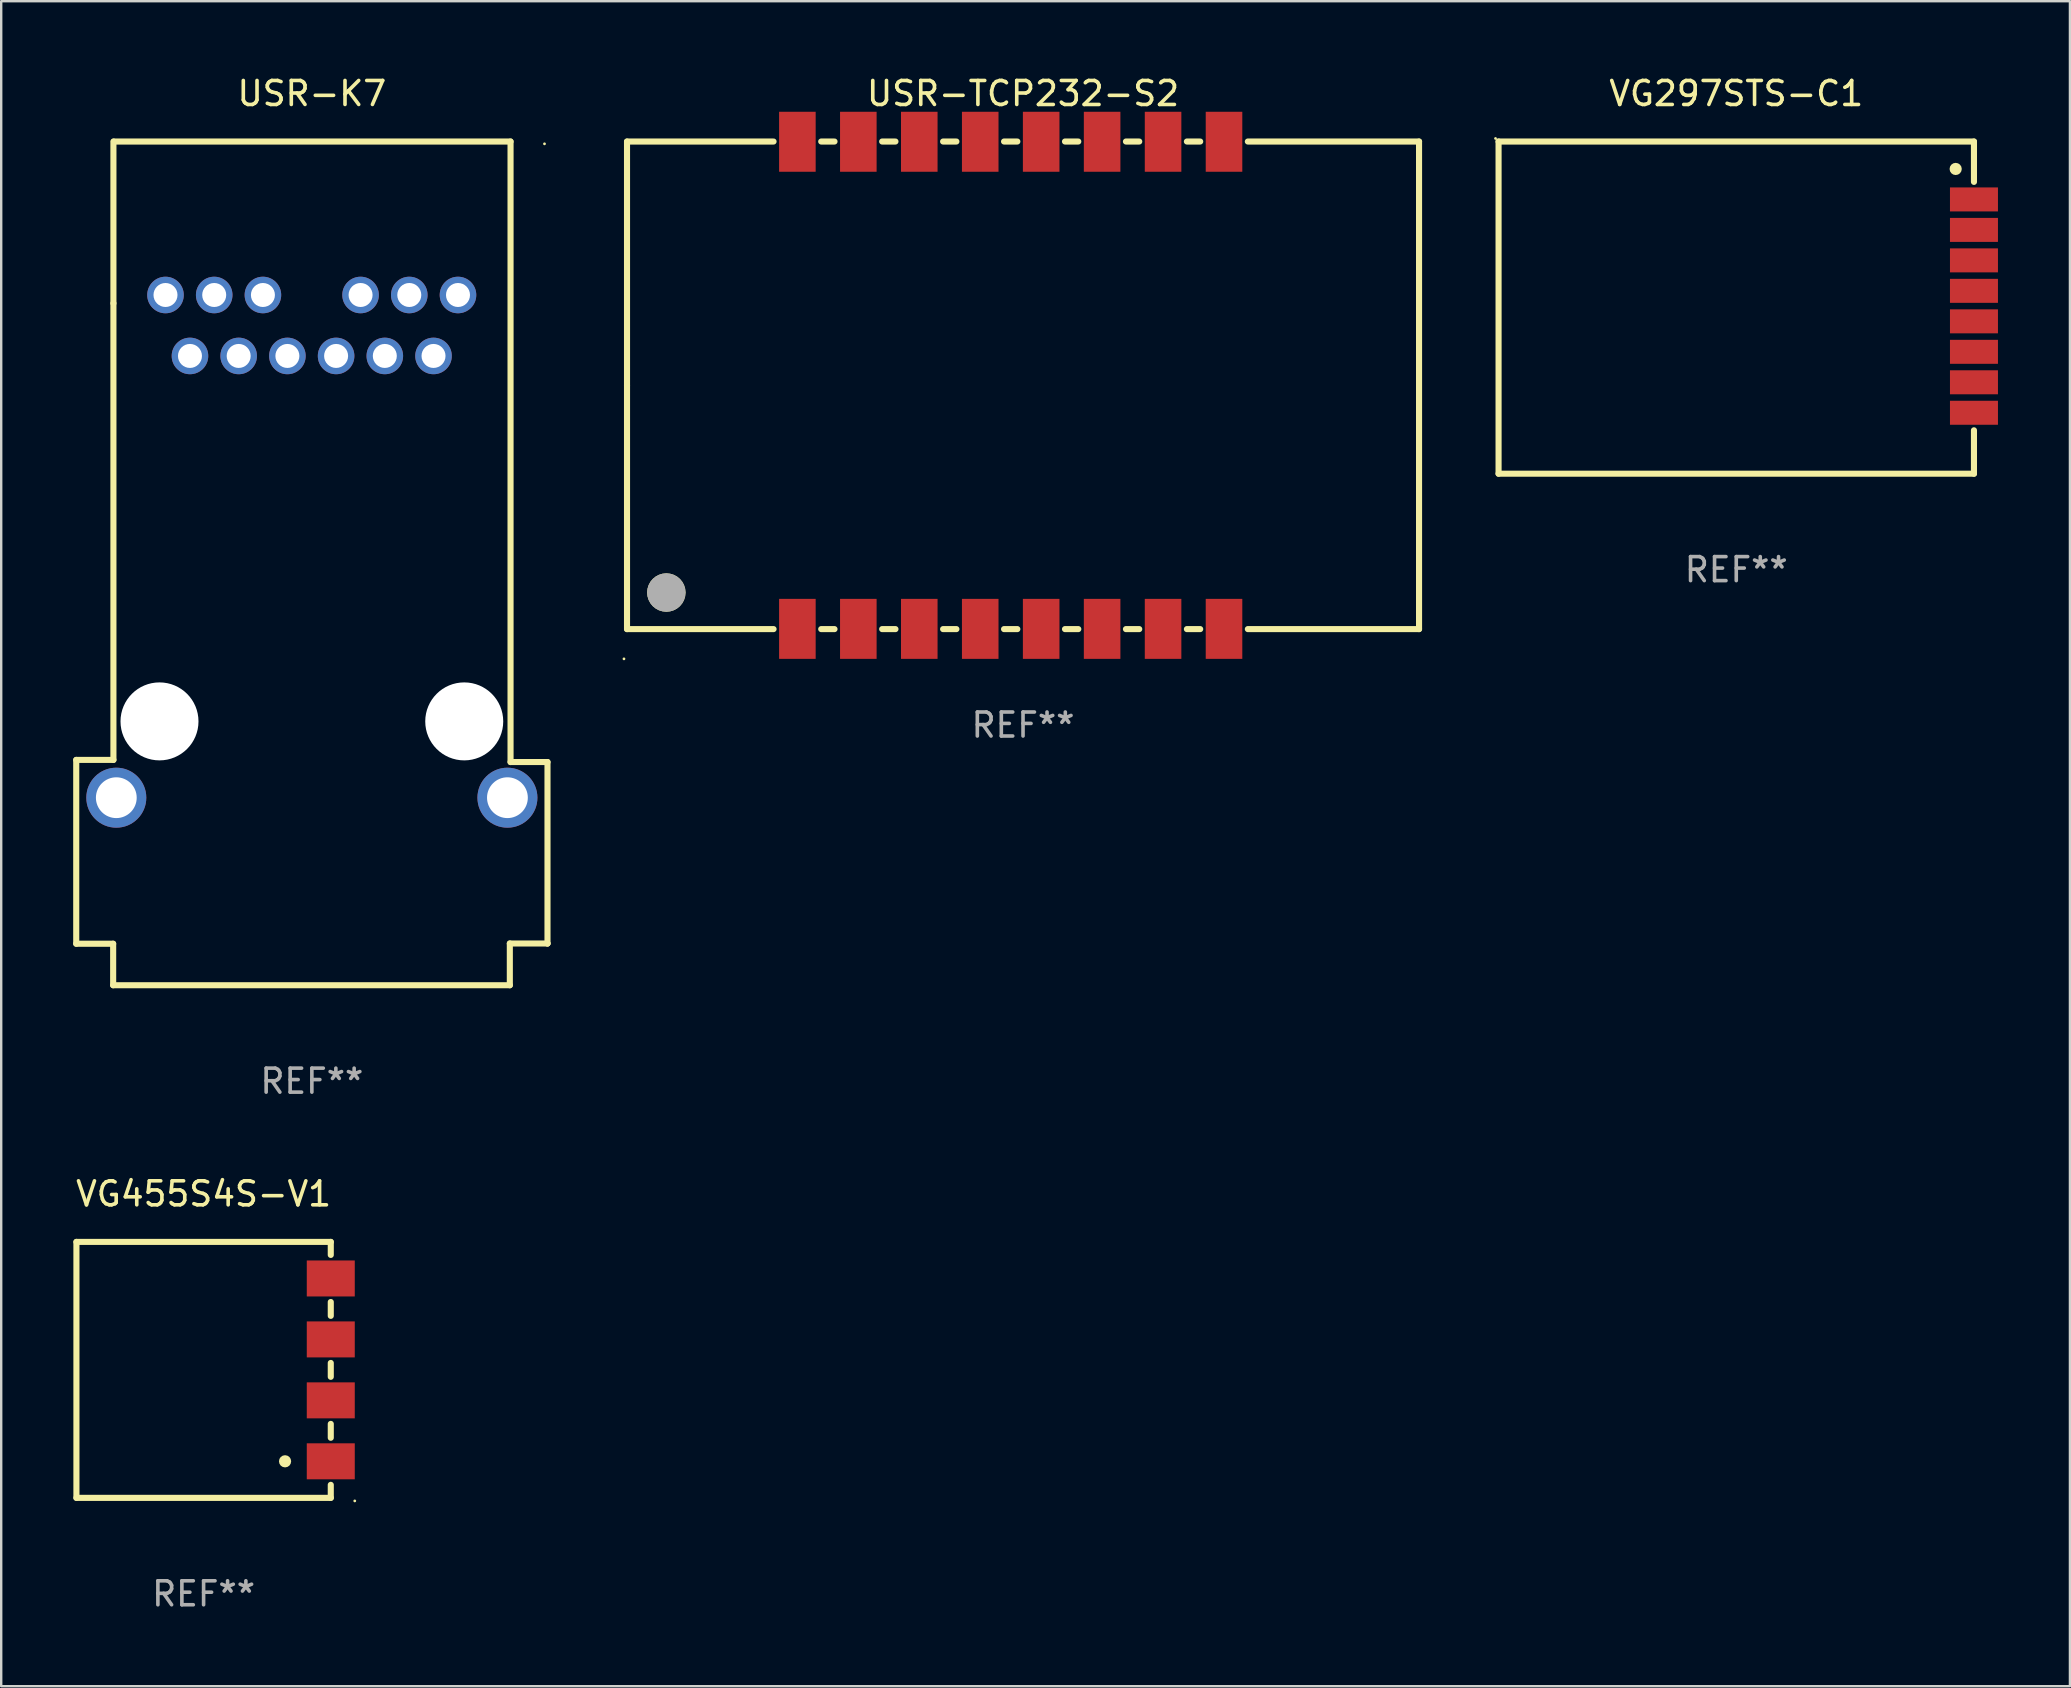
<source format=kicad_pcb>
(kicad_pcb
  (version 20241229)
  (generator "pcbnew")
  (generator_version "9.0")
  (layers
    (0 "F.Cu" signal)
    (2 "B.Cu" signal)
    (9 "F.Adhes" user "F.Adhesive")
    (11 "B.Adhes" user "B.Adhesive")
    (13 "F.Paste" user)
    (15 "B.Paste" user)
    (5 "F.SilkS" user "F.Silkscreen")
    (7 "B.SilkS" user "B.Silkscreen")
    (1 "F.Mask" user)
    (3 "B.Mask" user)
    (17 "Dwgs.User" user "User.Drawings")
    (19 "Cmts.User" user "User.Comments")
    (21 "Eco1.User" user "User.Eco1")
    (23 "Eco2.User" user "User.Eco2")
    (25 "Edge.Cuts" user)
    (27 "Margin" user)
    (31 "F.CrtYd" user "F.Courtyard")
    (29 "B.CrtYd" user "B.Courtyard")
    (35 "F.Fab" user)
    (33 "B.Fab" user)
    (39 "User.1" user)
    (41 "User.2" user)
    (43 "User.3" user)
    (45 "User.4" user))
  (footprint "VG455S4S-V1"
    (layer "F.Cu")
    (at 5.435 54.04)
    (property "Reference" "VG455S4S-V1" (at 0 -7.334 0) (layer "F.SilkS") (effects (font (size 1 1) (thickness 0.15))))
    (attr through_hole)
    (fp_line (start -5.3 -5.334) (end -5.3 5.334) (stroke (width 0.254) (type solid)) (layer "F.SilkS"))
    (fp_line (start -5.3 5.334) (end 5.3 5.334) (stroke (width 0.254) (type solid)) (layer "F.SilkS"))
    (fp_line (start 5.3 -5.334) (end -5.3 -5.334) (stroke (width 0.254) (type solid)) (layer "F.SilkS"))
    (fp_line (start 5.3 -4.791) (end 5.3 -5.334) (stroke (width 0.254) (type solid)) (layer "F.SilkS"))
    (fp_line (start 5.3 -2.251) (end 5.3 -2.829) (stroke (width 0.254) (type solid)) (layer "F.SilkS"))
    (fp_line (start 5.3 0.289) (end 5.3 -0.289) (stroke (width 0.254) (type solid)) (layer "F.SilkS"))
    (fp_line (start 5.3 2.829) (end 5.3 2.251) (stroke (width 0.254) (type solid)) (layer "F.SilkS"))
    (fp_line (start 5.3 5.334) (end 5.3 4.791) (stroke (width 0.254) (type solid)) (layer "F.SilkS"))
    (fp_circle (center 3.395 3.81) (end 3.522 3.81) (stroke (width 0.254) (type solid)) (fill no) (layer "F.SilkS"))
    (fp_circle (center 6.3 5.461) (end 6.33 5.461) (stroke (width 0.06) (type solid)) (fill no) (layer "F.SilkS"))
    (fp_text user "REF**" (at 0 9.334 0) (layer "F.Fab") (effects (font (size 1 1) (thickness 0.15))))
    (pad "1" smd rect (at 5.3 3.81) (size 2 1.5) (layers "F.Cu" "F.Mask" "F.Paste"))
    (pad "2" smd rect (at 5.3 1.27) (size 2 1.5) (layers "F.Cu" "F.Mask" "F.Paste"))
    (pad "3" smd rect (at 5.3 -1.27) (size 2 1.5) (layers "F.Cu" "F.Mask" "F.Paste"))
    (pad "4" smd rect (at 5.3 -3.81) (size 2 1.5) (layers "F.Cu" "F.Mask" "F.Paste")))
  (footprint "VG297STS-C1"
    (layer "F.Cu")
    (at 69.309 9.77)
    (property "Reference" "VG297STS-C1" (at 0 -8.922 0) (layer "F.SilkS") (effects (font (size 1 1) (thickness 0.15))))
    (attr through_hole)
    (fp_line (start -9.906 -6.922) (end -9.906 6.922) (stroke (width 0.254) (type solid)) (layer "F.SilkS"))
    (fp_line (start -9.906 6.922) (end 9.906 6.922) (stroke (width 0.254) (type solid)) (layer "F.SilkS"))
    (fp_line (start 9.906 -6.922) (end -9.906 -6.922) (stroke (width 0.254) (type solid)) (layer "F.SilkS"))
    (fp_line (start 9.906 -5.24) (end 9.906 -6.922) (stroke (width 0.254) (type solid)) (layer "F.SilkS"))
    (fp_line (start 9.906 6.922) (end 9.906 5.113) (stroke (width 0.254) (type solid)) (layer "F.SilkS"))
    (fp_circle (center -10.033 -7.049) (end -10.003 -7.049) (stroke (width 0.06) (type solid)) (fill no) (layer "F.SilkS"))
    (fp_circle (center 9.144 -5.779) (end 9.271 -5.779) (stroke (width 0.254) (type solid)) (fill no) (layer "F.SilkS"))
    (fp_text user "REF**" (at 0 10.922 0) (layer "F.Fab") (effects (font (size 1 1) (thickness 0.15))))
    (pad "1" smd rect (at 9.906 -4.509) (size 2 1) (layers "F.Cu" "F.Mask" "F.Paste"))
    (pad "2" smd rect (at 9.906 -3.239) (size 2 1) (layers "F.Cu" "F.Mask" "F.Paste"))
    (pad "3" smd rect (at 9.906 -1.969) (size 2 1) (layers "F.Cu" "F.Mask" "F.Paste"))
    (pad "4" smd rect (at 9.906 -0.699) (size 2 1) (layers "F.Cu" "F.Mask" "F.Paste"))
    (pad "5" smd rect (at 9.906 0.572) (size 2 1) (layers "F.Cu" "F.Mask" "F.Paste"))
    (pad "6" smd rect (at 9.906 1.842) (size 2 1) (layers "F.Cu" "F.Mask" "F.Paste"))
    (pad "7" smd rect (at 9.906 3.112) (size 2 1) (layers "F.Cu" "F.Mask" "F.Paste"))
    (pad "8" smd rect (at 9.906 4.382) (size 2 1) (layers "F.Cu" "F.Mask" "F.Paste")))
  (footprint "USR-TCP232-S2"
    (layer "F.Cu")
    (at 39.585 13.008)
    (property "Reference" "USR-TCP232-S2" (at 0 -12.16 0) (layer "F.SilkS") (effects (font (size 1 1) (thickness 0.15))))
    (attr through_hole)
    (fp_line (start -16.504 -10.16) (end -10.397 -10.16) (stroke (width 0.254) (type solid)) (layer "F.SilkS"))
    (fp_line (start -16.504 0.01) (end -16.504 -10.16) (stroke (width 0.254) (type solid)) (layer "F.SilkS"))
    (fp_line (start -16.504 0.01) (end -16.504 10.16) (stroke (width 0.254) (type solid)) (layer "F.SilkS"))
    (fp_line (start -16.504 10.16) (end -10.397 10.16) (stroke (width 0.254) (type solid)) (layer "F.SilkS"))
    (fp_line (start -8.411 -10.16) (end -7.857 -10.16) (stroke (width 0.254) (type solid)) (layer "F.SilkS"))
    (fp_line (start -8.411 10.16) (end -7.857 10.16) (stroke (width 0.254) (type solid)) (layer "F.SilkS"))
    (fp_line (start -5.871 -10.16) (end -5.317 -10.16) (stroke (width 0.254) (type solid)) (layer "F.SilkS"))
    (fp_line (start -5.871 10.16) (end -5.317 10.16) (stroke (width 0.254) (type solid)) (layer "F.SilkS"))
    (fp_line (start -3.331 -10.16) (end -2.777 -10.16) (stroke (width 0.254) (type solid)) (layer "F.SilkS"))
    (fp_line (start -3.331 10.16) (end -2.777 10.16) (stroke (width 0.254) (type solid)) (layer "F.SilkS"))
    (fp_line (start -0.791 -10.16) (end -0.237 -10.16) (stroke (width 0.254) (type solid)) (layer "F.SilkS"))
    (fp_line (start -0.791 10.16) (end -0.237 10.16) (stroke (width 0.254) (type solid)) (layer "F.SilkS"))
    (fp_line (start 1.749 -10.16) (end 2.303 -10.16) (stroke (width 0.254) (type solid)) (layer "F.SilkS"))
    (fp_line (start 1.749 10.16) (end 2.303 10.16) (stroke (width 0.254) (type solid)) (layer "F.SilkS"))
    (fp_line (start 4.289 -10.16) (end 4.843 -10.16) (stroke (width 0.254) (type solid)) (layer "F.SilkS"))
    (fp_line (start 4.289 10.16) (end 4.843 10.16) (stroke (width 0.254) (type solid)) (layer "F.SilkS"))
    (fp_line (start 6.829 -10.16) (end 7.383 -10.16) (stroke (width 0.254) (type solid)) (layer "F.SilkS"))
    (fp_line (start 6.829 10.16) (end 7.383 10.16) (stroke (width 0.254) (type solid)) (layer "F.SilkS"))
    (fp_line (start 9.369 -10.16) (end 16.504 -10.16) (stroke (width 0.254) (type solid)) (layer "F.SilkS"))
    (fp_line (start 9.369 10.16) (end 16.504 10.16) (stroke (width 0.254) (type solid)) (layer "F.SilkS"))
    (fp_line (start 16.504 -10.16) (end 16.504 10.16) (stroke (width 0.254) (type solid)) (layer "F.SilkS"))
    (fp_circle (center -16.631 11.4) (end -16.601 11.4) (stroke (width 0.06) (type solid)) (fill no) (layer "F.SilkS"))
    (fp_circle (center -14.865 8.636) (end -14.465 8.636) (stroke (width 0.8) (type solid)) (fill no) (layer "F.SilkS"))
    (fp_circle (center -14.865 8.636) (end -14.465 8.636) (stroke (width 0.8) (type solid)) (fill no) (layer "F.Fab"))
    (fp_text user "REF**" (at 0 14.16 0) (layer "F.Fab") (effects (font (size 1 1) (thickness 0.15))))
    (pad "1" smd rect (at -9.404 10.15) (size 1.524 2.5) (layers "F.Cu" "F.Mask" "F.Paste"))
    (pad "2" smd rect (at -6.864 10.15) (size 1.524 2.5) (layers "F.Cu" "F.Mask" "F.Paste"))
    (pad "3" smd rect (at -4.324 10.15) (size 1.524 2.5) (layers "F.Cu" "F.Mask" "F.Paste"))
    (pad "4" smd rect (at -1.784 10.15) (size 1.524 2.5) (layers "F.Cu" "F.Mask" "F.Paste"))
    (pad "5" smd rect (at 0.756 10.15) (size 1.524 2.5) (layers "F.Cu" "F.Mask" "F.Paste"))
    (pad "6" smd rect (at 3.296 10.15) (size 1.524 2.5) (layers "F.Cu" "F.Mask" "F.Paste"))
    (pad "7" smd rect (at 5.836 10.15) (size 1.524 2.5) (layers "F.Cu" "F.Mask" "F.Paste"))
    (pad "8" smd rect (at 8.376 10.15) (size 1.524 2.5) (layers "F.Cu" "F.Mask" "F.Paste"))
    (pad "9" smd rect (at 8.376 -10.15) (size 1.524 2.5) (layers "F.Cu" "F.Mask" "F.Paste"))
    (pad "10" smd rect (at 5.836 -10.15) (size 1.524 2.5) (layers "F.Cu" "F.Mask" "F.Paste"))
    (pad "11" smd rect (at 3.296 -10.15) (size 1.524 2.5) (layers "F.Cu" "F.Mask" "F.Paste"))
    (pad "12" smd rect (at 0.756 -10.15) (size 1.524 2.5) (layers "F.Cu" "F.Mask" "F.Paste"))
    (pad "13" smd rect (at -1.784 -10.15) (size 1.524 2.5) (layers "F.Cu" "F.Mask" "F.Paste"))
    (pad "14" smd rect (at -4.324 -10.15) (size 1.524 2.5) (layers "F.Cu" "F.Mask" "F.Paste"))
    (pad "15" smd rect (at -6.864 -10.15) (size 1.524 2.5) (layers "F.Cu" "F.Mask" "F.Paste"))
    (pad "16" smd rect (at -9.404 -10.15) (size 1.524 2.5) (layers "F.Cu" "F.Mask" "F.Paste")))
  (footprint "USR-K7"
    (layer "F.Cu")
    (at 9.947 20.429)
    (property "Reference" "USR-K7" (at 0 -19.581 0) (layer "F.SilkS") (effects (font (size 1 1) (thickness 0.15))))
    (attr through_hole)
    (fp_line (start -9.82 8.19) (end -8.27 8.19) (stroke (width 0.254) (type solid)) (layer "F.SilkS"))
    (fp_line (start -9.82 15.851) (end -9.82 8.19) (stroke (width 0.254) (type solid)) (layer "F.SilkS"))
    (fp_line (start -8.281 15.851) (end -9.82 15.851) (stroke (width 0.254) (type solid)) (layer "F.SilkS"))
    (fp_line (start -8.281 17.581) (end -8.281 15.851) (stroke (width 0.254) (type solid)) (layer "F.SilkS"))
    (fp_line (start -8.27 -10.839) (end -8.27 -17.581) (stroke (width 0.254) (type solid)) (layer "F.SilkS"))
    (fp_line (start -8.27 8.19) (end -8.27 -10.839) (stroke (width 0.254) (type solid)) (layer "F.SilkS"))
    (fp_line (start -8.25 -17.581) (end 8.28 -17.581) (stroke (width 0.254) (type solid)) (layer "F.SilkS"))
    (fp_line (start 8.25 15.841) (end 8.25 17.581) (stroke (width 0.254) (type solid)) (layer "F.SilkS"))
    (fp_line (start 8.25 17.581) (end -8.281 17.581) (stroke (width 0.254) (type solid)) (layer "F.SilkS"))
    (fp_line (start 8.28 -17.581) (end 8.28 8.279) (stroke (width 0.254) (type solid)) (layer "F.SilkS"))
    (fp_line (start 8.28 8.279) (end 9.82 8.279) (stroke (width 0.254) (type solid)) (layer "F.SilkS"))
    (fp_line (start 9.82 8.279) (end 9.82 15.84) (stroke (width 0.254) (type solid)) (layer "F.SilkS"))
    (fp_line (start 9.82 15.841) (end 8.25 15.841) (stroke (width 0.254) (type solid)) (layer "F.SilkS"))
    (fp_line (start 9.82 15.84) (end 9.82 15.841) (stroke (width 0.254) (type solid)) (layer "F.SilkS"))
    (fp_circle (center 9.695 -17.485) (end 9.725 -17.485) (stroke (width 0.06) (type solid)) (fill no) (layer "F.SilkS"))
    (fp_text user "REF**" (at 0 21.581 0) (layer "F.Fab") (effects (font (size 1 1) (thickness 0.15))))
    (pad "" np_thru_hole circle (at -6.35 6.585) (size 3.25 3.25) (drill 3.25) (layers "*.Cu" "*.Mask"))
    (pad "" np_thru_hole circle (at 6.35 6.585) (size 3.25 3.25) (drill 3.25) (layers "*.Cu" "*.Mask"))
    (pad "1" thru_hole circle (at 5.07 -8.645) (size 1.524 1.524) (drill 1) (layers "*.Cu" "*.Mask"))
    (pad "2" thru_hole circle (at 3.04 -8.645) (size 1.524 1.524) (drill 1) (layers "*.Cu" "*.Mask"))
    (pad "3" thru_hole circle (at 1.01 -8.645) (size 1.524 1.524) (drill 1) (layers "*.Cu" "*.Mask"))
    (pad "4" thru_hole circle (at -1.02 -8.645) (size 1.524 1.524) (drill 1) (layers "*.Cu" "*.Mask"))
    (pad "5" thru_hole circle (at -3.05 -8.645) (size 1.524 1.524) (drill 1) (layers "*.Cu" "*.Mask"))
    (pad "6" thru_hole circle (at -5.08 -8.645) (size 1.524 1.524) (drill 1) (layers "*.Cu" "*.Mask"))
    (pad "7" thru_hole circle (at 6.09 -11.185) (size 1.524 1.524) (drill 1) (layers "*.Cu" "*.Mask"))
    (pad "8" thru_hole circle (at 4.06 -11.185) (size 1.524 1.524) (drill 1) (layers "*.Cu" "*.Mask"))
    (pad "9" thru_hole circle (at 2.03 -11.185) (size 1.524 1.524) (drill 1) (layers "*.Cu" "*.Mask"))
    (pad "10" thru_hole circle (at -2.04 -11.185) (size 1.524 1.524) (drill 1) (layers "*.Cu" "*.Mask"))
    (pad "11" thru_hole circle (at -4.07 -11.185) (size 1.524 1.524) (drill 1) (layers "*.Cu" "*.Mask"))
    (pad "12" thru_hole circle (at -6.1 -11.185) (size 1.524 1.524) (drill 1) (layers "*.Cu" "*.Mask"))
    (pad "13" thru_hole circle (at -8.15 9.765) (size 2.5 2.5) (drill 1.7) (layers "*.Cu" "*.Mask"))
    (pad "14" thru_hole circle (at 8.15 9.765) (size 2.5 2.5) (drill 1.7) (layers "*.Cu" "*.Mask")))
  (gr_rect
    (start -3 -3)
    (end 83.215 67.222)
    (stroke (width 0.1) (type default))
    (fill no)
    (layer "Edge.Cuts")))
</source>
